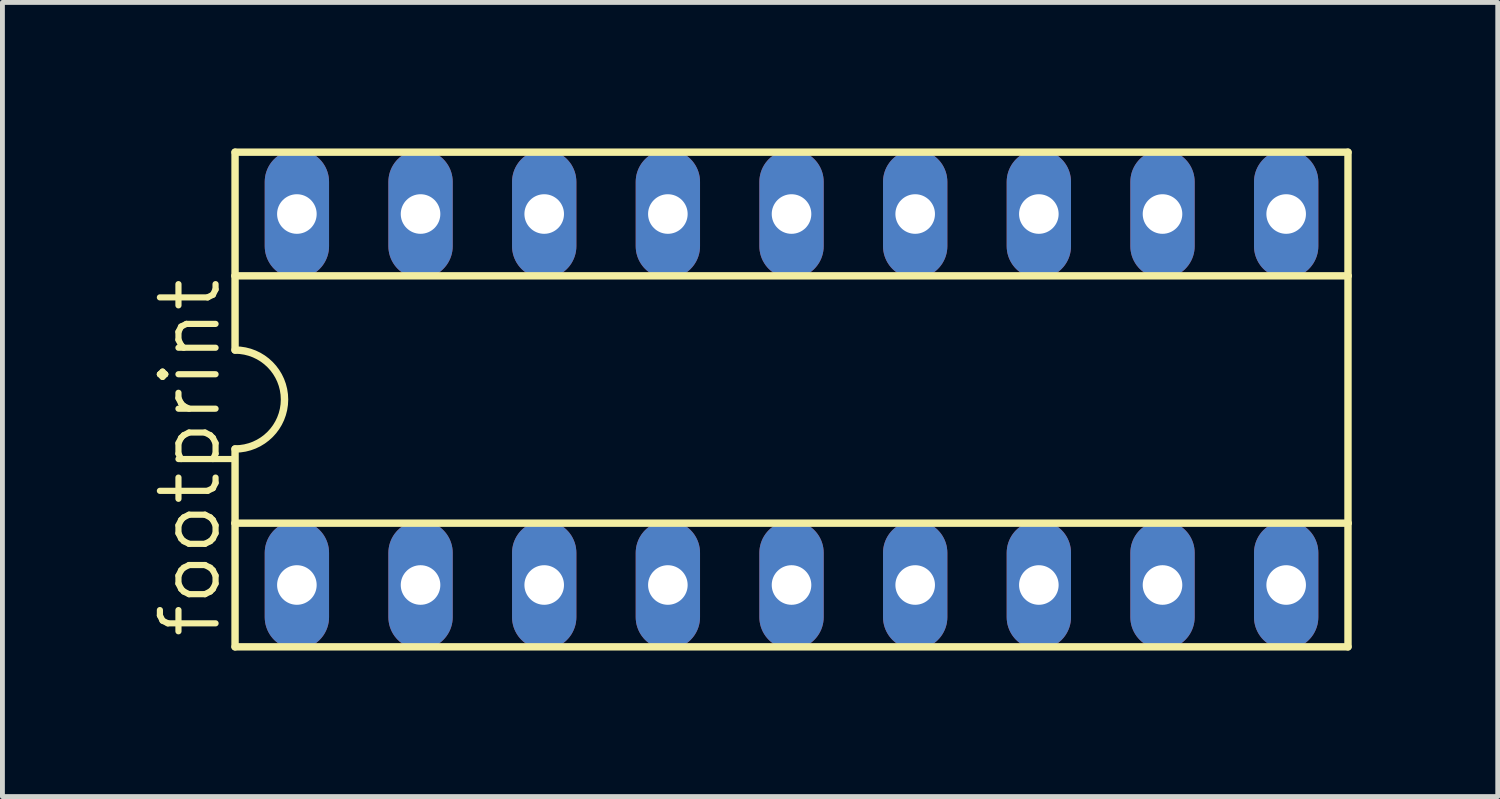
<source format=kicad_pcb>
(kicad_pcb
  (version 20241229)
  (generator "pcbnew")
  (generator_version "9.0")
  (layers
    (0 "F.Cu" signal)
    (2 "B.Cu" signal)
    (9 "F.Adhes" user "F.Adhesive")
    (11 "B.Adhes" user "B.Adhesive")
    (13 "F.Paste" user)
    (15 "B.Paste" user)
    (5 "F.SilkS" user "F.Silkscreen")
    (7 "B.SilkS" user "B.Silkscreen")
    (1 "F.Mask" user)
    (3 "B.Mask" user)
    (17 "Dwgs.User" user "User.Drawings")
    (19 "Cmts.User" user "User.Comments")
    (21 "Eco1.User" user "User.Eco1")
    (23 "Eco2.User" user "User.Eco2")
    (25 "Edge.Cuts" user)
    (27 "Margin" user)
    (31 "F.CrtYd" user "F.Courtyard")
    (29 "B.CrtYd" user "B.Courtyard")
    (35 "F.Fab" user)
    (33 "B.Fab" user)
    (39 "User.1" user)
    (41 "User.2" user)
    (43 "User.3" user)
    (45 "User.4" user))
  (footprint "footprint"
    (layer "F.Cu")
    (at 13.208 5.156)
    (property "Reference" "footprint" (at -11.684 4.953 90) (layer "F.SilkS") (effects (font (size 1.143 1.143) (thickness 0.127)) (justify left bottom)))
    (fp_line (start -11.43 -5.08) (end -11.43 -2.54) (stroke (width 0.152) (type solid)) (layer "F.SilkS"))
    (fp_line (start -11.43 -2.54) (end -11.43 -1.016) (stroke (width 0.152) (type solid)) (layer "F.SilkS"))
    (fp_line (start -11.43 -2.54) (end 11.43 -2.54) (stroke (width 0.152) (type solid)) (layer "F.SilkS"))
    (fp_line (start -11.43 2.54) (end -11.43 1.016) (stroke (width 0.152) (type solid)) (layer "F.SilkS"))
    (fp_line (start -11.43 2.54) (end 11.43 2.54) (stroke (width 0.152) (type solid)) (layer "F.SilkS"))
    (fp_line (start -11.43 5.08) (end -11.43 2.54) (stroke (width 0.152) (type solid)) (layer "F.SilkS"))
    (fp_line (start -11.43 5.08) (end 11.43 5.08) (stroke (width 0.152) (type solid)) (layer "F.SilkS"))
    (fp_line (start 11.43 -5.08) (end -11.43 -5.08) (stroke (width 0.152) (type solid)) (layer "F.SilkS"))
    (fp_line (start 11.43 -5.08) (end 11.43 -2.54) (stroke (width 0.152) (type solid)) (layer "F.SilkS"))
    (fp_line (start 11.43 -2.54) (end 11.43 2.54) (stroke (width 0.152) (type solid)) (layer "F.SilkS"))
    (fp_line (start 11.43 2.54) (end 11.43 5.08) (stroke (width 0.152) (type solid)) (layer "F.SilkS"))
    (fp_arc (start -11.43 -1.016) (mid -10.414 0) (end -11.43 1.016) (stroke (width 0.1524) (type solid)) (layer "F.SilkS"))
    (pad "1" thru_hole oval (at -10.16 3.81 90) (size 2.642 1.321) (drill 0.813) (layers "*.Cu" "*.Mask"))
    (pad "2" thru_hole oval (at -7.62 3.81 90) (size 2.642 1.321) (drill 0.813) (layers "*.Cu" "*.Mask"))
    (pad "3" thru_hole oval (at -5.08 3.81 90) (size 2.642 1.321) (drill 0.813) (layers "*.Cu" "*.Mask"))
    (pad "4" thru_hole oval (at -2.54 3.81 90) (size 2.642 1.321) (drill 0.813) (layers "*.Cu" "*.Mask"))
    (pad "5" thru_hole oval (at 0 3.81 90) (size 2.642 1.321) (drill 0.813) (layers "*.Cu" "*.Mask"))
    (pad "6" thru_hole oval (at 2.54 3.81 90) (size 2.642 1.321) (drill 0.813) (layers "*.Cu" "*.Mask"))
    (pad "7" thru_hole oval (at 5.08 3.81 90) (size 2.642 1.321) (drill 0.813) (layers "*.Cu" "*.Mask"))
    (pad "8" thru_hole oval (at 7.62 3.81 90) (size 2.642 1.321) (drill 0.813) (layers "*.Cu" "*.Mask"))
    (pad "9" thru_hole oval (at 10.16 3.81 90) (size 2.642 1.321) (drill 0.813) (layers "*.Cu" "*.Mask"))
    (pad "10" thru_hole oval (at 10.16 -3.81 90) (size 2.642 1.321) (drill 0.813) (layers "*.Cu" "*.Mask"))
    (pad "11" thru_hole oval (at 7.62 -3.81 90) (size 2.642 1.321) (drill 0.813) (layers "*.Cu" "*.Mask"))
    (pad "12" thru_hole oval (at 5.08 -3.81 90) (size 2.642 1.321) (drill 0.813) (layers "*.Cu" "*.Mask"))
    (pad "13" thru_hole oval (at 2.54 -3.81 90) (size 2.642 1.321) (drill 0.813) (layers "*.Cu" "*.Mask"))
    (pad "14" thru_hole oval (at 0 -3.81 90) (size 2.642 1.321) (drill 0.813) (layers "*.Cu" "*.Mask"))
    (pad "15" thru_hole oval (at -2.54 -3.81 90) (size 2.642 1.321) (drill 0.813) (layers "*.Cu" "*.Mask"))
    (pad "16" thru_hole oval (at -5.08 -3.81 90) (size 2.642 1.321) (drill 0.813) (layers "*.Cu" "*.Mask"))
    (pad "17" thru_hole oval (at -7.62 -3.81 90) (size 2.642 1.321) (drill 0.813) (layers "*.Cu" "*.Mask"))
    (pad "18" thru_hole oval (at -10.16 -3.81 90) (size 2.642 1.321) (drill 0.813) (layers "*.Cu" "*.Mask")))
  (gr_rect
    (start -3 -3)
    (end 27.714 13.312)
    (stroke (width 0.1) (type default))
    (fill no)
    (layer "Edge.Cuts")))
</source>
